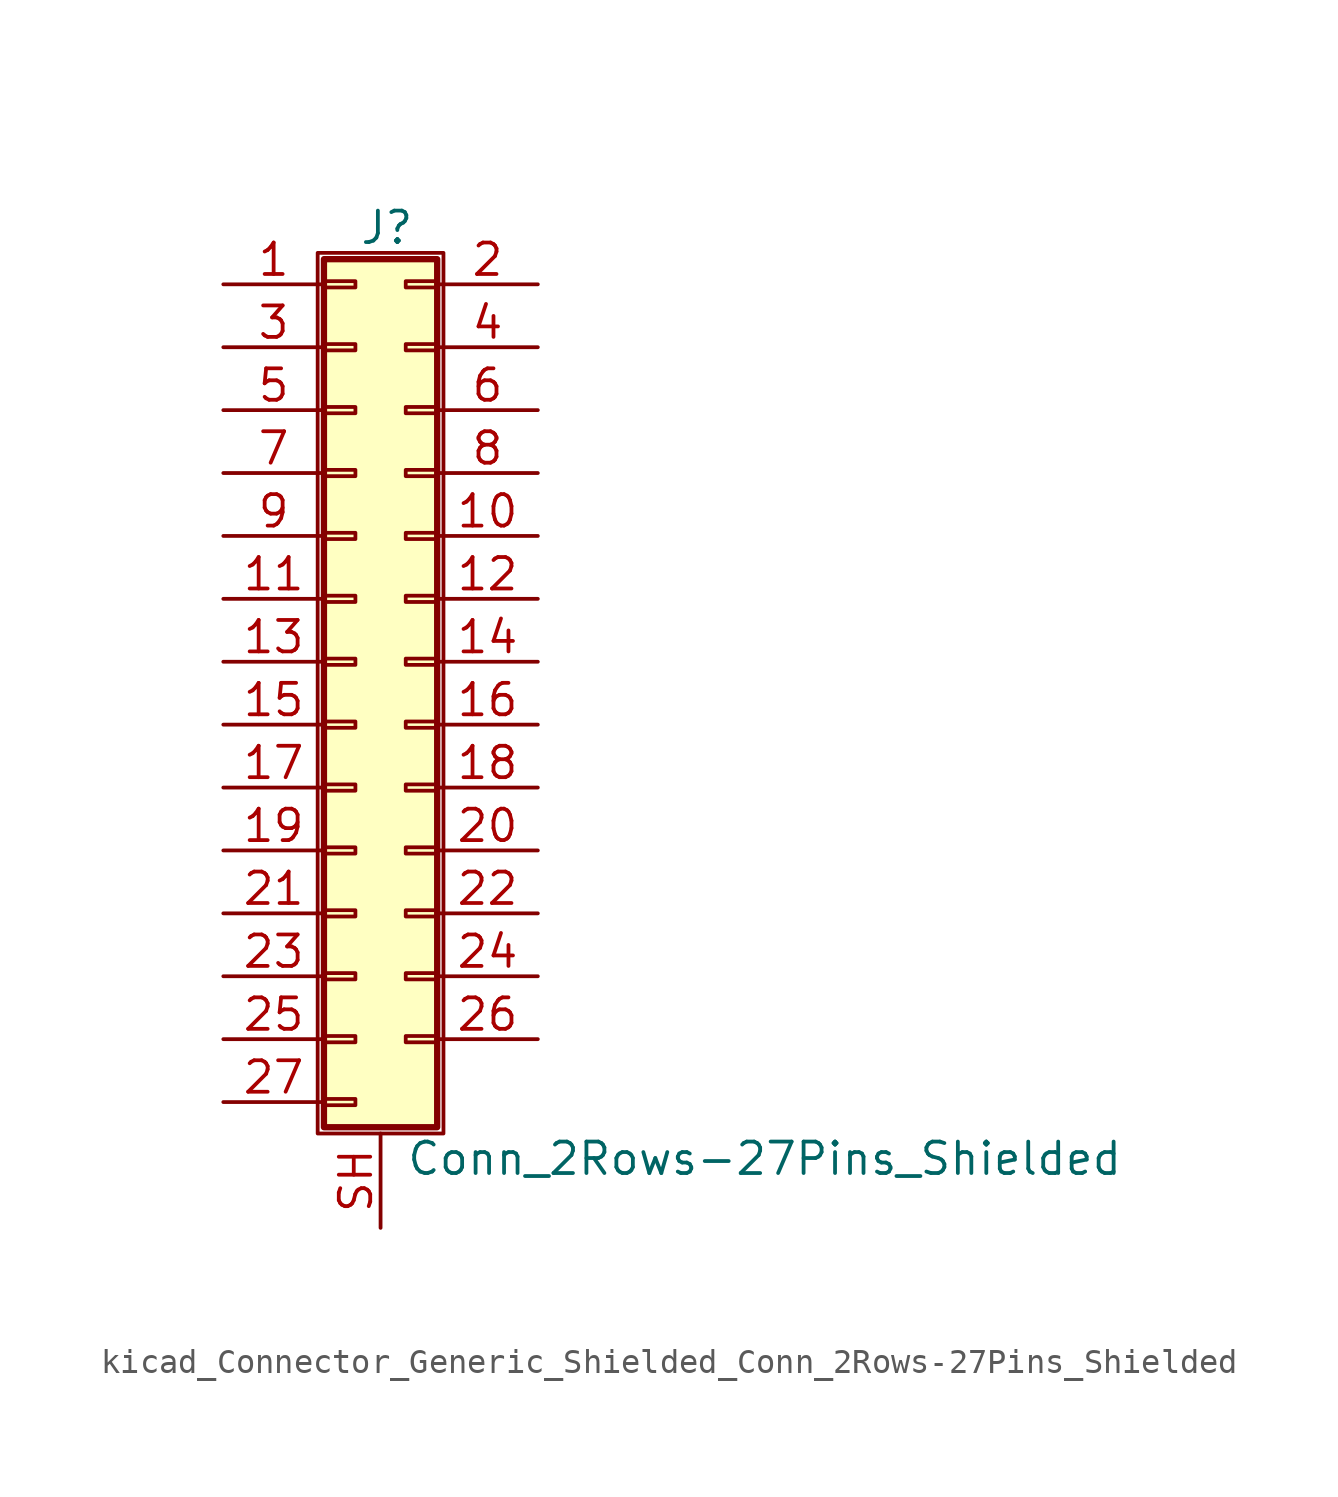
<source format=kicad_sym>
(kicad_symbol_lib
  (version 20220914)
  (generator kicad_symbol_editor)
  (symbol "kicad_Connector_Generic_Shielded_Conn_2Rows-27Pins_Shielded"
    (pin_names
      (offset 1.016) hide)
    (property "Reference" "J"
      (at 1.524 17.526 0)
      (effects (font (size 1.27 1.27))))
    (property "Value" "Conn_2Rows-27Pins_Shielded"
      (at 2.286 -20.066 0)
      (effects (font (size 1.27 1.27)) (justify left)))
    (symbol "kicad_Connector_Generic_Shielded_Conn_2Rows-27Pins_Shielded_1_1"
      (rectangle (start -1.27 16.51) (end 3.81 -19.05) (stroke (width 0.152) (type default)) (fill (type none)))
      (rectangle (start -1.016 -17.653) (end 0.254 -17.907) (stroke (width 0.152) (type default)) (fill (type none)))
      (rectangle (start -1.016 -15.113) (end 0.254 -15.367) (stroke (width 0.152) (type default)) (fill (type none)))
      (rectangle (start -1.016 -12.573) (end 0.254 -12.827) (stroke (width 0.152) (type default)) (fill (type none)))
      (rectangle (start -1.016 -10.033) (end 0.254 -10.287) (stroke (width 0.152) (type default)) (fill (type none)))
      (rectangle (start -1.016 -7.493) (end 0.254 -7.747) (stroke (width 0.152) (type default)) (fill (type none)))
      (rectangle (start -1.016 -4.953) (end 0.254 -5.207) (stroke (width 0.152) (type default)) (fill (type none)))
      (rectangle (start -1.016 -2.413) (end 0.254 -2.667) (stroke (width 0.152) (type default)) (fill (type none)))
      (rectangle (start -1.016 0.127) (end 0.254 -0.127) (stroke (width 0.152) (type default)) (fill (type none)))
      (rectangle (start -1.016 2.667) (end 0.254 2.413) (stroke (width 0.152) (type default)) (fill (type none)))
      (rectangle (start -1.016 5.207) (end 0.254 4.953) (stroke (width 0.152) (type default)) (fill (type none)))
      (rectangle (start -1.016 7.747) (end 0.254 7.493) (stroke (width 0.152) (type default)) (fill (type none)))
      (rectangle (start -1.016 10.287) (end 0.254 10.033) (stroke (width 0.152) (type default)) (fill (type none)))
      (rectangle (start -1.016 12.827) (end 0.254 12.573) (stroke (width 0.152) (type default)) (fill (type none)))
      (rectangle (start -1.016 15.367) (end 0.254 15.113) (stroke (width 0.152) (type default)) (fill (type none)))
      (rectangle (start -1.016 16.256) (end 3.556 -18.796) (stroke (width 0.254) (type default)) (fill (type background)))
      (rectangle (start 3.556 -15.113) (end 2.286 -15.367) (stroke (width 0.152) (type default)) (fill (type none)))
      (rectangle (start 3.556 -12.573) (end 2.286 -12.827) (stroke (width 0.152) (type default)) (fill (type none)))
      (rectangle (start 3.556 -10.033) (end 2.286 -10.287) (stroke (width 0.152) (type default)) (fill (type none)))
      (rectangle (start 3.556 -7.493) (end 2.286 -7.747) (stroke (width 0.152) (type default)) (fill (type none)))
      (rectangle (start 3.556 -4.953) (end 2.286 -5.207) (stroke (width 0.152) (type default)) (fill (type none)))
      (rectangle (start 3.556 -2.413) (end 2.286 -2.667) (stroke (width 0.152) (type default)) (fill (type none)))
      (rectangle (start 3.556 0.127) (end 2.286 -0.127) (stroke (width 0.152) (type default)) (fill (type none)))
      (rectangle (start 3.556 2.667) (end 2.286 2.413) (stroke (width 0.152) (type default)) (fill (type none)))
      (rectangle (start 3.556 5.207) (end 2.286 4.953) (stroke (width 0.152) (type default)) (fill (type none)))
      (rectangle (start 3.556 7.747) (end 2.286 7.493) (stroke (width 0.152) (type default)) (fill (type none)))
      (rectangle (start 3.556 10.287) (end 2.286 10.033) (stroke (width 0.152) (type default)) (fill (type none)))
      (rectangle (start 3.556 12.827) (end 2.286 12.573) (stroke (width 0.152) (type default)) (fill (type none)))
      (rectangle (start 3.556 15.367) (end 2.286 15.113) (stroke (width 0.152) (type default)) (fill (type none)))
      (pin passive line (at -5.08 15.24 0) (length 4.064) (name "Pin_1" (effects (font (size 1.27 1.27)))) (number "1" (effects (font (size 1.27 1.27)))))
      (pin passive line (at 7.62 5.08 180) (length 4.064) (name "Pin_10" (effects (font (size 1.27 1.27)))) (number "10" (effects (font (size 1.27 1.27)))))
      (pin passive line (at -5.08 2.54 0) (length 4.064) (name "Pin_11" (effects (font (size 1.27 1.27)))) (number "11" (effects (font (size 1.27 1.27)))))
      (pin passive line (at 7.62 2.54 180) (length 4.064) (name "Pin_12" (effects (font (size 1.27 1.27)))) (number "12" (effects (font (size 1.27 1.27)))))
      (pin passive line (at -5.08 0 0) (length 4.064) (name "Pin_13" (effects (font (size 1.27 1.27)))) (number "13" (effects (font (size 1.27 1.27)))))
      (pin passive line (at 7.62 0 180) (length 4.064) (name "Pin_14" (effects (font (size 1.27 1.27)))) (number "14" (effects (font (size 1.27 1.27)))))
      (pin passive line (at -5.08 -2.54 0) (length 4.064) (name "Pin_15" (effects (font (size 1.27 1.27)))) (number "15" (effects (font (size 1.27 1.27)))))
      (pin passive line (at 7.62 -2.54 180) (length 4.064) (name "Pin_16" (effects (font (size 1.27 1.27)))) (number "16" (effects (font (size 1.27 1.27)))))
      (pin passive line (at -5.08 -5.08 0) (length 4.064) (name "Pin_17" (effects (font (size 1.27 1.27)))) (number "17" (effects (font (size 1.27 1.27)))))
      (pin passive line (at 7.62 -5.08 180) (length 4.064) (name "Pin_18" (effects (font (size 1.27 1.27)))) (number "18" (effects (font (size 1.27 1.27)))))
      (pin passive line (at -5.08 -7.62 0) (length 4.064) (name "Pin_19" (effects (font (size 1.27 1.27)))) (number "19" (effects (font (size 1.27 1.27)))))
      (pin passive line (at 7.62 15.24 180) (length 4.064) (name "Pin_2" (effects (font (size 1.27 1.27)))) (number "2" (effects (font (size 1.27 1.27)))))
      (pin passive line (at 7.62 -7.62 180) (length 4.064) (name "Pin_20" (effects (font (size 1.27 1.27)))) (number "20" (effects (font (size 1.27 1.27)))))
      (pin passive line (at -5.08 -10.16 0) (length 4.064) (name "Pin_21" (effects (font (size 1.27 1.27)))) (number "21" (effects (font (size 1.27 1.27)))))
      (pin passive line (at 7.62 -10.16 180) (length 4.064) (name "Pin_22" (effects (font (size 1.27 1.27)))) (number "22" (effects (font (size 1.27 1.27)))))
      (pin passive line (at -5.08 -12.7 0) (length 4.064) (name "Pin_23" (effects (font (size 1.27 1.27)))) (number "23" (effects (font (size 1.27 1.27)))))
      (pin passive line (at 7.62 -12.7 180) (length 4.064) (name "Pin_24" (effects (font (size 1.27 1.27)))) (number "24" (effects (font (size 1.27 1.27)))))
      (pin passive line (at -5.08 -15.24 0) (length 4.064) (name "Pin_25" (effects (font (size 1.27 1.27)))) (number "25" (effects (font (size 1.27 1.27)))))
      (pin passive line (at 7.62 -15.24 180) (length 4.064) (name "Pin_26" (effects (font (size 1.27 1.27)))) (number "26" (effects (font (size 1.27 1.27)))))
      (pin passive line (at -5.08 -17.78 0) (length 4.064) (name "Pin_27" (effects (font (size 1.27 1.27)))) (number "27" (effects (font (size 1.27 1.27)))))
      (pin passive line (at -5.08 12.7 0) (length 4.064) (name "Pin_3" (effects (font (size 1.27 1.27)))) (number "3" (effects (font (size 1.27 1.27)))))
      (pin passive line (at 7.62 12.7 180) (length 4.064) (name "Pin_4" (effects (font (size 1.27 1.27)))) (number "4" (effects (font (size 1.27 1.27)))))
      (pin passive line (at -5.08 10.16 0) (length 4.064) (name "Pin_5" (effects (font (size 1.27 1.27)))) (number "5" (effects (font (size 1.27 1.27)))))
      (pin passive line (at 7.62 10.16 180) (length 4.064) (name "Pin_6" (effects (font (size 1.27 1.27)))) (number "6" (effects (font (size 1.27 1.27)))))
      (pin passive line (at -5.08 7.62 0) (length 4.064) (name "Pin_7" (effects (font (size 1.27 1.27)))) (number "7" (effects (font (size 1.27 1.27)))))
      (pin passive line (at 7.62 7.62 180) (length 4.064) (name "Pin_8" (effects (font (size 1.27 1.27)))) (number "8" (effects (font (size 1.27 1.27)))))
      (pin passive line (at -5.08 5.08 0) (length 4.064) (name "Pin_9" (effects (font (size 1.27 1.27)))) (number "9" (effects (font (size 1.27 1.27)))))
      (pin passive line (at 1.27 -22.86 90) (length 3.81) (name "Shield" (effects (font (size 1.27 1.27)))) (number "SH" (effects (font (size 1.27 1.27))))))))
</source>
